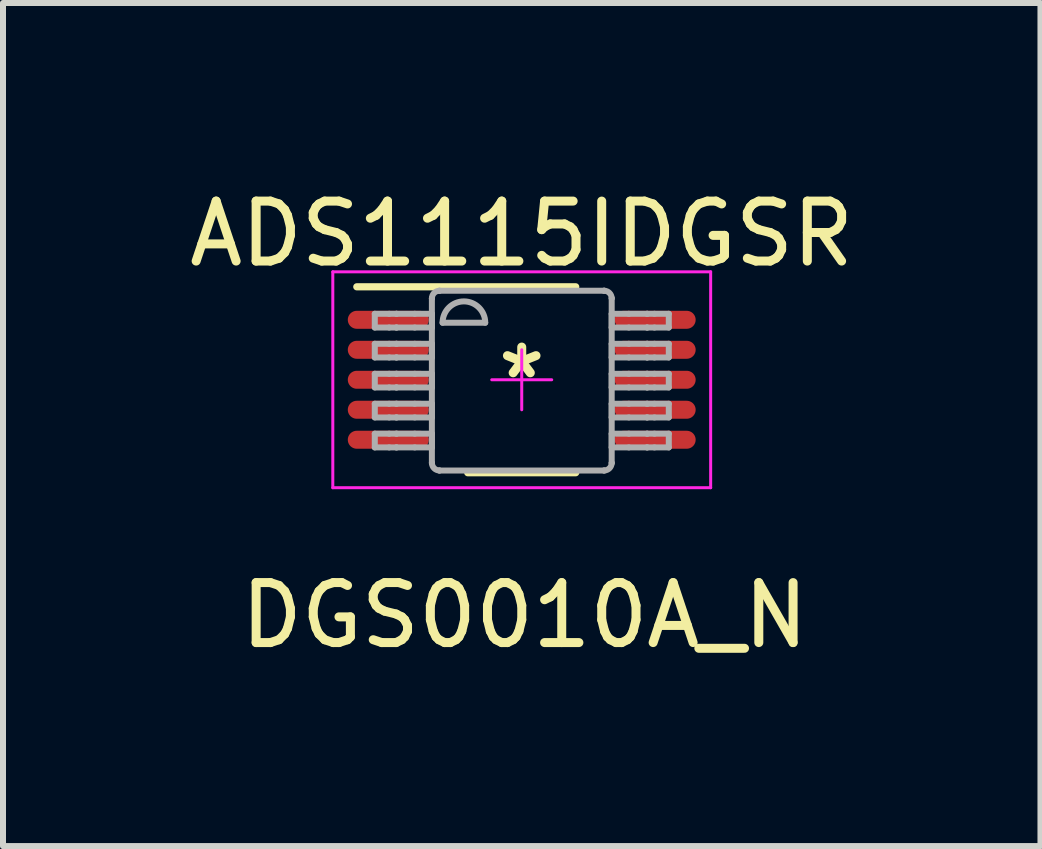
<source format=kicad_pcb>
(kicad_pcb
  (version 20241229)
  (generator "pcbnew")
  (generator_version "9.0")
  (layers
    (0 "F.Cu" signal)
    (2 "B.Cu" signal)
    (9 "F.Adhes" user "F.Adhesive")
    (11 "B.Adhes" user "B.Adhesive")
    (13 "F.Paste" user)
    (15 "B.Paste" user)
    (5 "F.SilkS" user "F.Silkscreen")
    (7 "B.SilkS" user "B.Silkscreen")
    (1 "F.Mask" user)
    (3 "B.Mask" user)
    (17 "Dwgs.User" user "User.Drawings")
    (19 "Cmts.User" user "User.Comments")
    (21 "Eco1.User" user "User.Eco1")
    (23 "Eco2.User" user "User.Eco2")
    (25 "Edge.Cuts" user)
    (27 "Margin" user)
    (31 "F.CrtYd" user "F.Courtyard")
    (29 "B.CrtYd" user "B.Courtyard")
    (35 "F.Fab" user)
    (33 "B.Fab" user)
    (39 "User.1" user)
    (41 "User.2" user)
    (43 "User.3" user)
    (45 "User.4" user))
  (footprint "ADS1115IDGSR"
    (layer "F.Cu")
    (at 5.649 3.282)
    (property "Reference" "ADS1115IDGSR" (at 0 -2.434 0) (layer "F.SilkS") (effects (font (size 1 1) (thickness 0.15))))
    (attr through_hole)
    (fp_line (start -2.75 -1.55) (end 0.9 -1.55) (stroke (width 0.12) (type solid)) (layer "F.SilkS"))
    (fp_line (start -0.9 1.55) (end 0.9 1.55) (stroke (width 0.12) (type solid)) (layer "F.SilkS"))
    (fp_line (start -3.15 -1.8) (end 3.15 -1.8) (stroke (width 0.05) (type solid)) (layer "F.CrtYd"))
    (fp_line (start -3.15 1.8) (end -3.15 -1.8) (stroke (width 0.05) (type solid)) (layer "F.CrtYd"))
    (fp_line (start -3.15 1.8) (end 3.15 1.8) (stroke (width 0.05) (type solid)) (layer "F.CrtYd"))
    (fp_line (start -0.5 0) (end 0.5 0) (stroke (width 0.05) (type solid)) (layer "F.CrtYd"))
    (fp_line (start -0.000003 0.5) (end -0.000003 -0.5) (stroke (width 0.05) (type solid)) (layer "F.CrtYd"))
    (fp_line (start 3.15 1.8) (end 3.15 -1.8) (stroke (width 0.05) (type solid)) (layer "F.CrtYd"))
    (fp_line (start -2.45 -1.1) (end -2.21 -1.1) (stroke (width 0.1) (type solid)) (layer "F.Fab"))
    (fp_line (start -2.45 -0.871) (end -2.45 -1.1) (stroke (width 0.1) (type solid)) (layer "F.Fab"))
    (fp_line (start -2.45 -0.871) (end -2.21 -0.871) (stroke (width 0.1) (type solid)) (layer "F.Fab"))
    (fp_line (start -2.45 -0.6) (end -2.21 -0.6) (stroke (width 0.1) (type solid)) (layer "F.Fab"))
    (fp_line (start -2.45 -0.372) (end -2.45 -0.6) (stroke (width 0.1) (type solid)) (layer "F.Fab"))
    (fp_line (start -2.45 -0.372) (end -2.21 -0.372) (stroke (width 0.1) (type solid)) (layer "F.Fab"))
    (fp_line (start -2.45 -0.1) (end -2.21 -0.1) (stroke (width 0.1) (type solid)) (layer "F.Fab"))
    (fp_line (start -2.45 0.128) (end -2.45 -0.1) (stroke (width 0.1) (type solid)) (layer "F.Fab"))
    (fp_line (start -2.45 0.128) (end -2.21 0.128) (stroke (width 0.1) (type solid)) (layer "F.Fab"))
    (fp_line (start -2.45 0.4) (end -2.21 0.4) (stroke (width 0.1) (type solid)) (layer "F.Fab"))
    (fp_line (start -2.45 0.628) (end -2.45 0.4) (stroke (width 0.1) (type solid)) (layer "F.Fab"))
    (fp_line (start -2.45 0.628) (end -2.21 0.628) (stroke (width 0.1) (type solid)) (layer "F.Fab"))
    (fp_line (start -2.45 0.899) (end -2.21 0.899) (stroke (width 0.1) (type solid)) (layer "F.Fab"))
    (fp_line (start -2.45 1.128) (end -2.45 0.899) (stroke (width 0.1) (type solid)) (layer "F.Fab"))
    (fp_line (start -2.45 1.128) (end -2.21 1.128) (stroke (width 0.1) (type solid)) (layer "F.Fab"))
    (fp_line (start -2.21 -1.1) (end -2.09 -1.1) (stroke (width 0.1) (type solid)) (layer "F.Fab"))
    (fp_line (start -2.21 -0.871) (end -2.09 -0.871) (stroke (width 0.1) (type solid)) (layer "F.Fab"))
    (fp_line (start -2.21 -0.6) (end -2.09 -0.6) (stroke (width 0.1) (type solid)) (layer "F.Fab"))
    (fp_line (start -2.21 -0.372) (end -2.09 -0.372) (stroke (width 0.1) (type solid)) (layer "F.Fab"))
    (fp_line (start -2.21 -0.1) (end -2.09 -0.1) (stroke (width 0.1) (type solid)) (layer "F.Fab"))
    (fp_line (start -2.21 0.128) (end -2.09 0.128) (stroke (width 0.1) (type solid)) (layer "F.Fab"))
    (fp_line (start -2.21 0.4) (end -2.09 0.4) (stroke (width 0.1) (type solid)) (layer "F.Fab"))
    (fp_line (start -2.21 0.628) (end -2.09 0.628) (stroke (width 0.1) (type solid)) (layer "F.Fab"))
    (fp_line (start -2.21 0.899) (end -2.09 0.899) (stroke (width 0.1) (type solid)) (layer "F.Fab"))
    (fp_line (start -2.21 1.128) (end -2.09 1.128) (stroke (width 0.1) (type solid)) (layer "F.Fab"))
    (fp_line (start -2.09 -1.1) (end -2.087 -1.1) (stroke (width 0.1) (type solid)) (layer "F.Fab"))
    (fp_line (start -2.09 -0.871) (end -2.087 -0.871) (stroke (width 0.1) (type solid)) (layer "F.Fab"))
    (fp_line (start -2.09 -0.6) (end -2.087 -0.6) (stroke (width 0.1) (type solid)) (layer "F.Fab"))
    (fp_line (start -2.09 -0.372) (end -2.087 -0.372) (stroke (width 0.1) (type solid)) (layer "F.Fab"))
    (fp_line (start -2.09 -0.1) (end -2.087 -0.1) (stroke (width 0.1) (type solid)) (layer "F.Fab"))
    (fp_line (start -2.09 0.128) (end -2.087 0.128) (stroke (width 0.1) (type solid)) (layer "F.Fab"))
    (fp_line (start -2.09 0.4) (end -2.087 0.4) (stroke (width 0.1) (type solid)) (layer "F.Fab"))
    (fp_line (start -2.09 0.628) (end -2.087 0.628) (stroke (width 0.1) (type solid)) (layer "F.Fab"))
    (fp_line (start -2.09 0.899) (end -2.087 0.899) (stroke (width 0.1) (type solid)) (layer "F.Fab"))
    (fp_line (start -2.09 1.128) (end -2.087 1.128) (stroke (width 0.1) (type solid)) (layer "F.Fab"))
    (fp_line (start -2.087 -1.1) (end -1.784 -1.1) (stroke (width 0.1) (type solid)) (layer "F.Fab"))
    (fp_line (start -2.087 -0.871) (end -1.784 -0.871) (stroke (width 0.1) (type solid)) (layer "F.Fab"))
    (fp_line (start -2.087 -0.6) (end -1.784 -0.6) (stroke (width 0.1) (type solid)) (layer "F.Fab"))
    (fp_line (start -2.087 -0.372) (end -1.784 -0.372) (stroke (width 0.1) (type solid)) (layer "F.Fab"))
    (fp_line (start -2.087 -0.1) (end -1.784 -0.1) (stroke (width 0.1) (type solid)) (layer "F.Fab"))
    (fp_line (start -2.087 0.128) (end -1.784 0.128) (stroke (width 0.1) (type solid)) (layer "F.Fab"))
    (fp_line (start -2.087 0.4) (end -1.784 0.4) (stroke (width 0.1) (type solid)) (layer "F.Fab"))
    (fp_line (start -2.087 0.628) (end -1.784 0.628) (stroke (width 0.1) (type solid)) (layer "F.Fab"))
    (fp_line (start -2.087 0.899) (end -1.784 0.899) (stroke (width 0.1) (type solid)) (layer "F.Fab"))
    (fp_line (start -2.087 1.128) (end -1.784 1.128) (stroke (width 0.1) (type solid)) (layer "F.Fab"))
    (fp_line (start -1.784 -1.1) (end -1.498 -1.1) (stroke (width 0.1) (type solid)) (layer "F.Fab"))
    (fp_line (start -1.784 -0.871) (end -1.498 -0.871) (stroke (width 0.1) (type solid)) (layer "F.Fab"))
    (fp_line (start -1.784 -0.6) (end -1.498 -0.6) (stroke (width 0.1) (type solid)) (layer "F.Fab"))
    (fp_line (start -1.784 -0.372) (end -1.498 -0.372) (stroke (width 0.1) (type solid)) (layer "F.Fab"))
    (fp_line (start -1.784 -0.1) (end -1.498 -0.1) (stroke (width 0.1) (type solid)) (layer "F.Fab"))
    (fp_line (start -1.784 0.128) (end -1.498 0.128) (stroke (width 0.1) (type solid)) (layer "F.Fab"))
    (fp_line (start -1.784 0.4) (end -1.498 0.4) (stroke (width 0.1) (type solid)) (layer "F.Fab"))
    (fp_line (start -1.784 0.628) (end -1.498 0.628) (stroke (width 0.1) (type solid)) (layer "F.Fab"))
    (fp_line (start -1.784 0.899) (end -1.498 0.899) (stroke (width 0.1) (type solid)) (layer "F.Fab"))
    (fp_line (start -1.784 1.128) (end -1.498 1.128) (stroke (width 0.1) (type solid)) (layer "F.Fab"))
    (fp_line (start -1.498 -1.358) (end -1.497 -1.36) (stroke (width 0.1) (type solid)) (layer "F.Fab"))
    (fp_line (start -1.498 -0.871) (end -1.498 -1.1) (stroke (width 0.1) (type solid)) (layer "F.Fab"))
    (fp_line (start -1.498 -0.372) (end -1.498 -0.6) (stroke (width 0.1) (type solid)) (layer "F.Fab"))
    (fp_line (start -1.498 0.128) (end -1.498 -0.1) (stroke (width 0.1) (type solid)) (layer "F.Fab"))
    (fp_line (start -1.498 0.628) (end -1.498 0.4) (stroke (width 0.1) (type solid)) (layer "F.Fab"))
    (fp_line (start -1.498 1.128) (end -1.498 0.899) (stroke (width 0.1) (type solid)) (layer "F.Fab"))
    (fp_line (start -1.498 1.386) (end -1.498 -1.358) (stroke (width 0.1) (type solid)) (layer "F.Fab"))
    (fp_line (start -1.498 1.386) (end -1.497 1.388) (stroke (width 0.1) (type solid)) (layer "F.Fab"))
    (fp_line (start -1.373 -1.485) (end -1.371 -1.485) (stroke (width 0.1) (type solid)) (layer "F.Fab"))
    (fp_line (start -1.373 1.513) (end -1.371 1.513) (stroke (width 0.1) (type solid)) (layer "F.Fab"))
    (fp_line (start -1.371 -1.485) (end 1.373 -1.485) (stroke (width 0.1) (type solid)) (layer "F.Fab"))
    (fp_line (start -1.371 1.513) (end 1.373 1.513) (stroke (width 0.1) (type solid)) (layer "F.Fab"))
    (fp_line (start -1.32 -0.951) (end -0.609 -0.951) (stroke (width 0.1) (type solid)) (layer "F.Fab"))
    (fp_line (start 1.373 -1.485) (end 1.375 -1.485) (stroke (width 0.1) (type solid)) (layer "F.Fab"))
    (fp_line (start 1.373 1.513) (end 1.375 1.513) (stroke (width 0.1) (type solid)) (layer "F.Fab"))
    (fp_line (start 1.5 -1.36) (end 1.5 -1.358) (stroke (width 0.1) (type solid)) (layer "F.Fab"))
    (fp_line (start 1.5 1.388) (end 1.5 1.386) (stroke (width 0.1) (type solid)) (layer "F.Fab"))
    (fp_line (start 1.5 -1.1) (end 1.786 -1.1) (stroke (width 0.1) (type solid)) (layer "F.Fab"))
    (fp_line (start 1.5 -0.871) (end 1.5 -1.1) (stroke (width 0.1) (type solid)) (layer "F.Fab"))
    (fp_line (start 1.5 -0.871) (end 1.786 -0.871) (stroke (width 0.1) (type solid)) (layer "F.Fab"))
    (fp_line (start 1.5 -0.6) (end 1.786 -0.6) (stroke (width 0.1) (type solid)) (layer "F.Fab"))
    (fp_line (start 1.5 -0.372) (end 1.5 -0.6) (stroke (width 0.1) (type solid)) (layer "F.Fab"))
    (fp_line (start 1.5 -0.372) (end 1.786 -0.372) (stroke (width 0.1) (type solid)) (layer "F.Fab"))
    (fp_line (start 1.5 -0.1) (end 1.786 -0.1) (stroke (width 0.1) (type solid)) (layer "F.Fab"))
    (fp_line (start 1.5 0.128) (end 1.5 -0.1) (stroke (width 0.1) (type solid)) (layer "F.Fab"))
    (fp_line (start 1.5 0.128) (end 1.786 0.128) (stroke (width 0.1) (type solid)) (layer "F.Fab"))
    (fp_line (start 1.5 0.4) (end 1.786 0.4) (stroke (width 0.1) (type solid)) (layer "F.Fab"))
    (fp_line (start 1.5 0.628) (end 1.5 0.4) (stroke (width 0.1) (type solid)) (layer "F.Fab"))
    (fp_line (start 1.5 0.628) (end 1.786 0.628) (stroke (width 0.1) (type solid)) (layer "F.Fab"))
    (fp_line (start 1.5 0.899) (end 1.786 0.899) (stroke (width 0.1) (type solid)) (layer "F.Fab"))
    (fp_line (start 1.5 1.128) (end 1.5 0.899) (stroke (width 0.1) (type solid)) (layer "F.Fab"))
    (fp_line (start 1.5 1.128) (end 1.786 1.128) (stroke (width 0.1) (type solid)) (layer "F.Fab"))
    (fp_line (start 1.5 1.386) (end 1.5 -1.358) (stroke (width 0.1) (type solid)) (layer "F.Fab"))
    (fp_line (start 1.786 -1.1) (end 2.089 -1.1) (stroke (width 0.1) (type solid)) (layer "F.Fab"))
    (fp_line (start 1.786 -0.871) (end 2.089 -0.871) (stroke (width 0.1) (type solid)) (layer "F.Fab"))
    (fp_line (start 1.786 -0.6) (end 2.089 -0.6) (stroke (width 0.1) (type solid)) (layer "F.Fab"))
    (fp_line (start 1.786 -0.372) (end 2.089 -0.372) (stroke (width 0.1) (type solid)) (layer "F.Fab"))
    (fp_line (start 1.786 -0.1) (end 2.089 -0.1) (stroke (width 0.1) (type solid)) (layer "F.Fab"))
    (fp_line (start 1.786 0.128) (end 2.089 0.128) (stroke (width 0.1) (type solid)) (layer "F.Fab"))
    (fp_line (start 1.786 0.4) (end 2.089 0.4) (stroke (width 0.1) (type solid)) (layer "F.Fab"))
    (fp_line (start 1.786 0.628) (end 2.089 0.628) (stroke (width 0.1) (type solid)) (layer "F.Fab"))
    (fp_line (start 1.786 0.899) (end 2.089 0.899) (stroke (width 0.1) (type solid)) (layer "F.Fab"))
    (fp_line (start 1.786 1.128) (end 2.089 1.128) (stroke (width 0.1) (type solid)) (layer "F.Fab"))
    (fp_line (start 2.089 -1.1) (end 2.093 -1.1) (stroke (width 0.1) (type solid)) (layer "F.Fab"))
    (fp_line (start 2.089 -0.871) (end 2.093 -0.871) (stroke (width 0.1) (type solid)) (layer "F.Fab"))
    (fp_line (start 2.089 -0.6) (end 2.093 -0.6) (stroke (width 0.1) (type solid)) (layer "F.Fab"))
    (fp_line (start 2.089 -0.372) (end 2.093 -0.372) (stroke (width 0.1) (type solid)) (layer "F.Fab"))
    (fp_line (start 2.089 -0.1) (end 2.093 -0.1) (stroke (width 0.1) (type solid)) (layer "F.Fab"))
    (fp_line (start 2.089 0.128) (end 2.093 0.128) (stroke (width 0.1) (type solid)) (layer "F.Fab"))
    (fp_line (start 2.089 0.4) (end 2.093 0.4) (stroke (width 0.1) (type solid)) (layer "F.Fab"))
    (fp_line (start 2.089 0.628) (end 2.093 0.628) (stroke (width 0.1) (type solid)) (layer "F.Fab"))
    (fp_line (start 2.089 0.899) (end 2.093 0.899) (stroke (width 0.1) (type solid)) (layer "F.Fab"))
    (fp_line (start 2.089 1.128) (end 2.093 1.128) (stroke (width 0.1) (type solid)) (layer "F.Fab"))
    (fp_line (start 2.093 -1.1) (end 2.213 -1.1) (stroke (width 0.1) (type solid)) (layer "F.Fab"))
    (fp_line (start 2.093 -0.871) (end 2.213 -0.871) (stroke (width 0.1) (type solid)) (layer "F.Fab"))
    (fp_line (start 2.093 -0.6) (end 2.213 -0.6) (stroke (width 0.1) (type solid)) (layer "F.Fab"))
    (fp_line (start 2.093 -0.372) (end 2.213 -0.372) (stroke (width 0.1) (type solid)) (layer "F.Fab"))
    (fp_line (start 2.093 -0.1) (end 2.213 -0.1) (stroke (width 0.1) (type solid)) (layer "F.Fab"))
    (fp_line (start 2.093 0.128) (end 2.213 0.128) (stroke (width 0.1) (type solid)) (layer "F.Fab"))
    (fp_line (start 2.093 0.4) (end 2.213 0.4) (stroke (width 0.1) (type solid)) (layer "F.Fab"))
    (fp_line (start 2.093 0.628) (end 2.213 0.628) (stroke (width 0.1) (type solid)) (layer "F.Fab"))
    (fp_line (start 2.093 0.899) (end 2.213 0.899) (stroke (width 0.1) (type solid)) (layer "F.Fab"))
    (fp_line (start 2.093 1.128) (end 2.213 1.128) (stroke (width 0.1) (type solid)) (layer "F.Fab"))
    (fp_line (start 2.213 -1.1) (end 2.452 -1.1) (stroke (width 0.1) (type solid)) (layer "F.Fab"))
    (fp_line (start 2.213 -0.871) (end 2.452 -0.871) (stroke (width 0.1) (type solid)) (layer "F.Fab"))
    (fp_line (start 2.213 -0.6) (end 2.452 -0.6) (stroke (width 0.1) (type solid)) (layer "F.Fab"))
    (fp_line (start 2.213 -0.372) (end 2.452 -0.372) (stroke (width 0.1) (type solid)) (layer "F.Fab"))
    (fp_line (start 2.213 -0.1) (end 2.452 -0.1) (stroke (width 0.1) (type solid)) (layer "F.Fab"))
    (fp_line (start 2.213 0.128) (end 2.452 0.128) (stroke (width 0.1) (type solid)) (layer "F.Fab"))
    (fp_line (start 2.213 0.4) (end 2.452 0.4) (stroke (width 0.1) (type solid)) (layer "F.Fab"))
    (fp_line (start 2.213 0.628) (end 2.452 0.628) (stroke (width 0.1) (type solid)) (layer "F.Fab"))
    (fp_line (start 2.213 0.899) (end 2.452 0.899) (stroke (width 0.1) (type solid)) (layer "F.Fab"))
    (fp_line (start 2.213 1.128) (end 2.452 1.128) (stroke (width 0.1) (type solid)) (layer "F.Fab"))
    (fp_line (start 2.452 -0.871) (end 2.452 -1.1) (stroke (width 0.1) (type solid)) (layer "F.Fab"))
    (fp_line (start 2.452 -0.372) (end 2.452 -0.6) (stroke (width 0.1) (type solid)) (layer "F.Fab"))
    (fp_line (start 2.452 0.128) (end 2.452 -0.1) (stroke (width 0.1) (type solid)) (layer "F.Fab"))
    (fp_line (start 2.452 0.628) (end 2.452 0.4) (stroke (width 0.1) (type solid)) (layer "F.Fab"))
    (fp_line (start 2.452 1.128) (end 2.452 0.899) (stroke (width 0.1) (type solid)) (layer "F.Fab"))
    (fp_arc (start -1.497452 -1.360299) (mid -1.460294 -1.447357) (end -1.373243 -1.484532) (stroke (width 0.1) (type solid)) (layer "F.Fab"))
    (fp_arc (start -1.373244 1.512618) (mid -1.460293 1.475443) (end -1.49745 1.388386) (stroke (width 0.1) (type solid)) (layer "F.Fab"))
    (fp_arc (start -1.3197 -0.951156) (mid -0.9641 -1.306756) (end -0.6085 -0.951156) (stroke (width 0.1) (type solid)) (layer "F.Fab"))
    (fp_arc (start 1.375443 -1.484532) (mid 1.462505 -1.447362) (end 1.499675 -1.360299) (stroke (width 0.1) (type solid)) (layer "F.Fab"))
    (fp_arc (start 1.499675 1.388386) (mid 1.462505 1.475449) (end 1.375443 1.512619) (stroke (width 0.1) (type solid)) (layer "F.Fab"))
    (fp_text user "*" (at 0 0 0) (layer "F.SilkS") (effects (font (size 1 1) (thickness 0.15))))
    (fp_text user "DGS0010A_N" (at 0.048 3.927 0) (layer "F.SilkS") (effects (font (size 1 1) (thickness 0.15))))
    (pad "1" smd oval (at -2.225 -1 90) (size 0.3 1.35) (layers "F.Cu" "F.Mask" "F.Paste"))
    (pad "2" smd oval (at -2.225 -0.5 90) (size 0.3 1.35) (layers "F.Cu" "F.Mask" "F.Paste"))
    (pad "3" smd oval (at -2.225 0 90) (size 0.3 1.35) (layers "F.Cu" "F.Mask" "F.Paste"))
    (pad "4" smd oval (at -2.225 0.5 90) (size 0.3 1.35) (layers "F.Cu" "F.Mask" "F.Paste"))
    (pad "5" smd oval (at -2.225 1 90) (size 0.3 1.35) (layers "F.Cu" "F.Mask" "F.Paste"))
    (pad "6" smd oval (at 2.225 1 90) (size 0.3 1.35) (layers "F.Cu" "F.Mask" "F.Paste"))
    (pad "7" smd oval (at 2.225 0.5 90) (size 0.3 1.35) (layers "F.Cu" "F.Mask" "F.Paste"))
    (pad "8" smd oval (at 2.225 0 90) (size 0.3 1.35) (layers "F.Cu" "F.Mask" "F.Paste"))
    (pad "9" smd oval (at 2.225 -0.5 90) (size 0.3 1.35) (layers "F.Cu" "F.Mask" "F.Paste"))
    (pad "10" smd oval (at 2.225 -1 90) (size 0.3 1.35) (layers "F.Cu" "F.Mask" "F.Paste")))
  (gr_rect
    (start -3 -3)
    (end 14.298 11.057)
    (stroke (width 0.1) (type default))
    (fill no)
    (layer "Edge.Cuts")))
</source>
